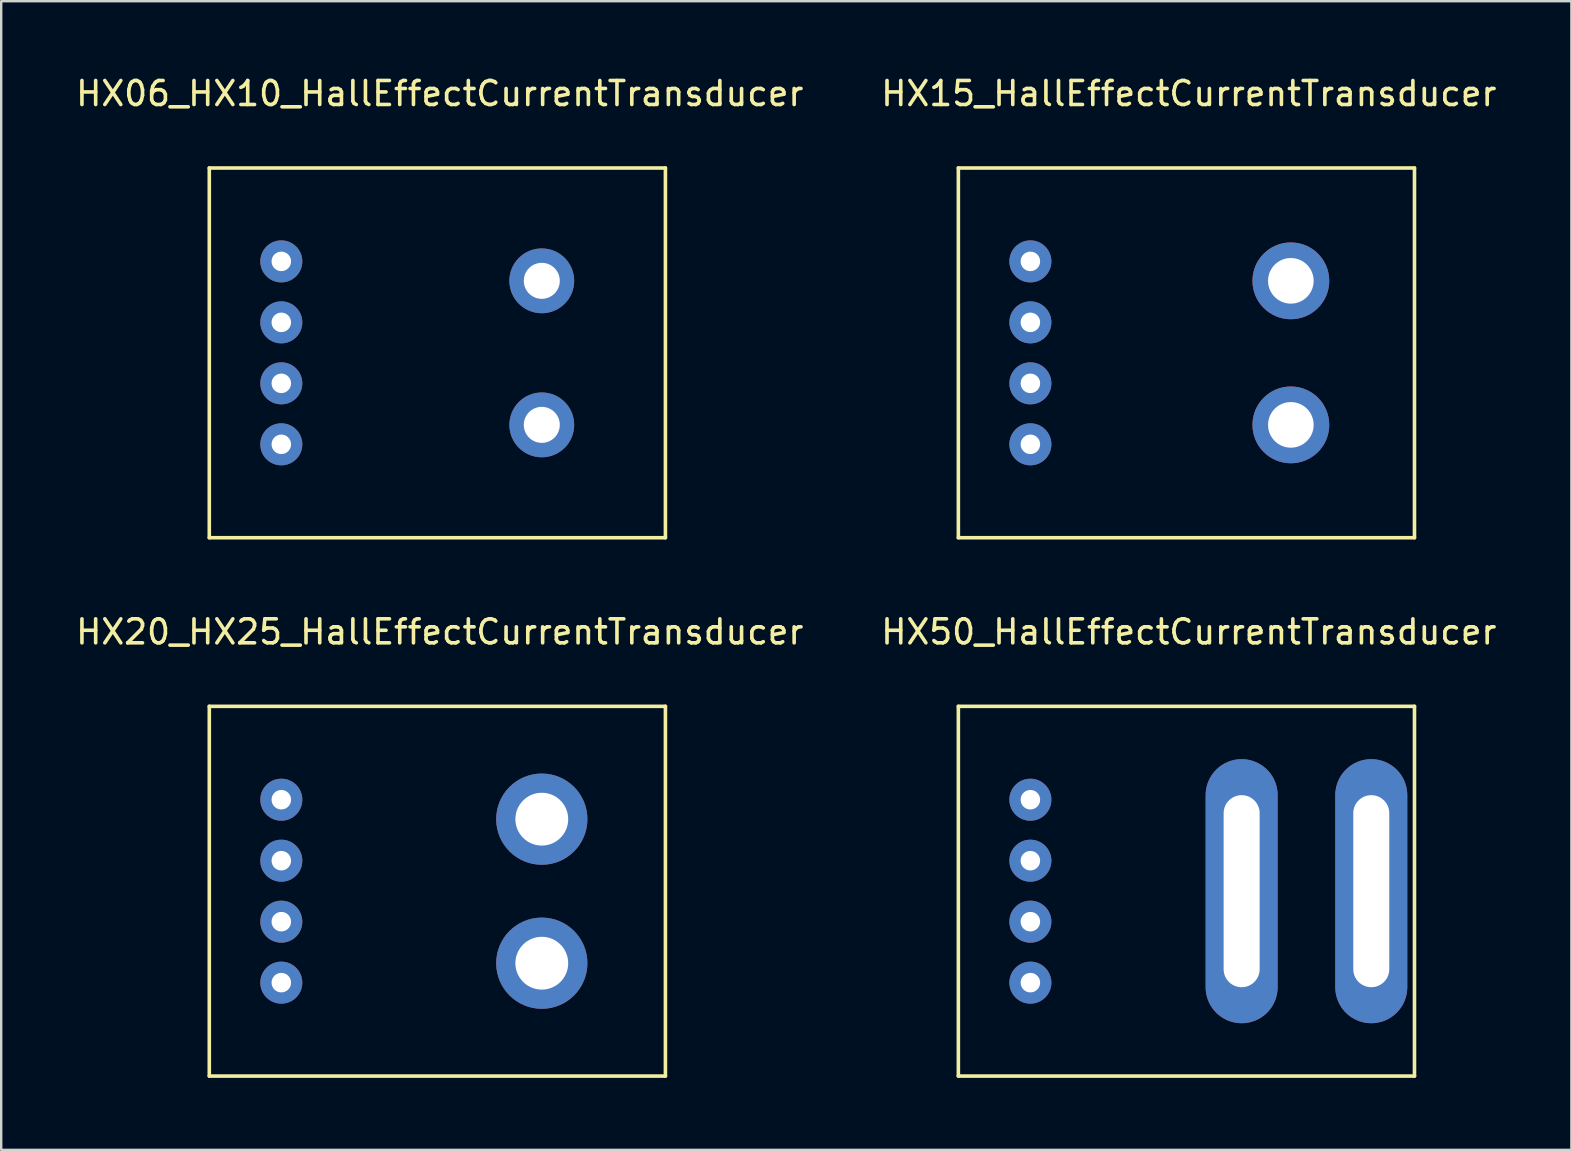
<source format=kicad_pcb>
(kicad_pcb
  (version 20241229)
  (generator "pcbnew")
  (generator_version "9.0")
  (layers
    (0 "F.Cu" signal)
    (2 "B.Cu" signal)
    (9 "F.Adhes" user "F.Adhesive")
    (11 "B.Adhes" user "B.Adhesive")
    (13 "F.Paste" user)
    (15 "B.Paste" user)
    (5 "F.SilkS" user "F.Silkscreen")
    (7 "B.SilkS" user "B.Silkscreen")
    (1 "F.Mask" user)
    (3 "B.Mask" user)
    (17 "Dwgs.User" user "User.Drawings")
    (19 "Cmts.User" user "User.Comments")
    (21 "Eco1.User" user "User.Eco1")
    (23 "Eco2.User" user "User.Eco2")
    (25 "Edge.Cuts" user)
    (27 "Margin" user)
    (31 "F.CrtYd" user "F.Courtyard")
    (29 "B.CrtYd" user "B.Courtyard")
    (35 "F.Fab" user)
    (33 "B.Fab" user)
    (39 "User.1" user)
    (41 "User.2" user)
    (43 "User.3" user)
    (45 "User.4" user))
  (footprint "HX20_HX25_HallEffectCurrentTransducer"
    (layer "F.Cu")
    (at 15.168 34.072)
    (property "Reference" "HX20_HX25_HallEffectCurrentTransducer" (at 0.1 -10.8 0) (layer "F.SilkS") (effects (font (size 1 1) (thickness 0.15))))
    (attr through_hole)
    (fp_line (start -9.5 -7.7) (end -9.5 7.7) (stroke (width 0.15) (type solid)) (layer "F.SilkS"))
    (fp_line (start -9.5 7.7) (end 9.5 7.7) (stroke (width 0.15) (type solid)) (layer "F.SilkS"))
    (fp_line (start 9.5 -7.7) (end -9.5 -7.7) (stroke (width 0.15) (type solid)) (layer "F.SilkS"))
    (fp_line (start 9.5 7.7) (end 9.5 -7.7) (stroke (width 0.15) (type solid)) (layer "F.SilkS"))
    (pad "1" thru_hole circle (at -6.5 -3.81) (size 1.75 1.75) (drill 0.813) (layers "*.Cu" "*.Mask"))
    (pad "2" thru_hole circle (at -6.5 -1.27) (size 1.75 1.75) (drill 0.813) (layers "*.Cu" "*.Mask"))
    (pad "3" thru_hole circle (at -6.5 1.27) (size 1.75 1.75) (drill 0.813) (layers "*.Cu" "*.Mask"))
    (pad "4" thru_hole circle (at -6.5 3.81) (size 1.75 1.75) (drill 0.813) (layers "*.Cu" "*.Mask"))
    (pad "5" thru_hole circle (at 4.35 -3) (size 3.8 3.8) (drill 2.2) (layers "*.Cu" "*.Mask"))
    (pad "6" thru_hole circle (at 4.35 3) (size 3.8 3.8) (drill 2.2) (layers "*.Cu" "*.Mask")))
  (footprint "HX15_HallEffectCurrentTransducer"
    (layer "F.Cu")
    (at 46.37 11.648)
    (property "Reference" "HX15_HallEffectCurrentTransducer" (at 0.1 -10.8 0) (layer "F.SilkS") (effects (font (size 1 1) (thickness 0.15))))
    (attr through_hole)
    (fp_line (start -9.5 -7.7) (end -9.5 7.7) (stroke (width 0.15) (type solid)) (layer "F.SilkS"))
    (fp_line (start -9.5 7.7) (end 9.5 7.7) (stroke (width 0.15) (type solid)) (layer "F.SilkS"))
    (fp_line (start 9.5 -7.7) (end -9.5 -7.7) (stroke (width 0.15) (type solid)) (layer "F.SilkS"))
    (fp_line (start 9.5 7.7) (end 9.5 -7.7) (stroke (width 0.15) (type solid)) (layer "F.SilkS"))
    (pad "1" thru_hole circle (at -6.5 -3.81) (size 1.75 1.75) (drill 0.813) (layers "*.Cu" "*.Mask"))
    (pad "2" thru_hole circle (at -6.5 -1.27) (size 1.75 1.75) (drill 0.813) (layers "*.Cu" "*.Mask"))
    (pad "3" thru_hole circle (at -6.5 1.27) (size 1.75 1.75) (drill 0.813) (layers "*.Cu" "*.Mask"))
    (pad "4" thru_hole circle (at -6.5 3.81) (size 1.75 1.75) (drill 0.813) (layers "*.Cu" "*.Mask"))
    (pad "5" thru_hole circle (at 4.35 -3) (size 3.2 3.2) (drill 1.9) (layers "*.Cu" "*.Mask"))
    (pad "6" thru_hole circle (at 4.35 3) (size 3.2 3.2) (drill 1.9) (layers "*.Cu" "*.Mask")))
  (footprint "HX50_HallEffectCurrentTransducer"
    (layer "F.Cu")
    (at 46.37 34.072)
    (property "Reference" "HX50_HallEffectCurrentTransducer" (at 0.1 -10.8 0) (layer "F.SilkS") (effects (font (size 1 1) (thickness 0.15))))
    (attr through_hole)
    (fp_line (start -9.5 -7.7) (end -9.5 7.7) (stroke (width 0.15) (type solid)) (layer "F.SilkS"))
    (fp_line (start -9.5 7.7) (end 9.5 7.7) (stroke (width 0.15) (type solid)) (layer "F.SilkS"))
    (fp_line (start 9.5 -7.7) (end -9.5 -7.7) (stroke (width 0.15) (type solid)) (layer "F.SilkS"))
    (fp_line (start 9.5 7.7) (end 9.5 -7.7) (stroke (width 0.15) (type solid)) (layer "F.SilkS"))
    (pad "1" thru_hole circle (at -6.5 -3.81) (size 1.75 1.75) (drill 0.813) (layers "*.Cu" "*.Mask"))
    (pad "2" thru_hole circle (at -6.5 -1.27) (size 1.75 1.75) (drill 0.813) (layers "*.Cu" "*.Mask"))
    (pad "3" thru_hole circle (at -6.5 1.27) (size 1.75 1.75) (drill 0.813) (layers "*.Cu" "*.Mask"))
    (pad "4" thru_hole circle (at -6.5 3.81) (size 1.75 1.75) (drill 0.813) (layers "*.Cu" "*.Mask"))
    (pad "5" thru_hole oval (at 7.7 0) (size 3 11) (drill oval 1.5 8) (layers "*.Cu" "*.Mask"))
    (pad "6" thru_hole oval (at 2.3 0) (size 3 11) (drill oval 1.5 8) (layers "*.Cu" "*.Mask")))
  (footprint "HX06_HX10_HallEffectCurrentTransducer"
    (layer "F.Cu")
    (at 15.168 11.648)
    (property "Reference" "HX06_HX10_HallEffectCurrentTransducer" (at 0.1 -10.8 0) (layer "F.SilkS") (effects (font (size 1 1) (thickness 0.15))))
    (attr through_hole)
    (fp_line (start -9.5 -7.7) (end -9.5 7.7) (stroke (width 0.15) (type solid)) (layer "F.SilkS"))
    (fp_line (start -9.5 7.7) (end 9.5 7.7) (stroke (width 0.15) (type solid)) (layer "F.SilkS"))
    (fp_line (start 9.5 -7.7) (end -9.5 -7.7) (stroke (width 0.15) (type solid)) (layer "F.SilkS"))
    (fp_line (start 9.5 7.7) (end 9.5 -7.7) (stroke (width 0.15) (type solid)) (layer "F.SilkS"))
    (pad "1" thru_hole circle (at -6.5 -3.81) (size 1.75 1.75) (drill 0.813) (layers "*.Cu" "*.Mask"))
    (pad "2" thru_hole circle (at -6.5 -1.27) (size 1.75 1.75) (drill 0.813) (layers "*.Cu" "*.Mask"))
    (pad "3" thru_hole circle (at -6.5 1.27) (size 1.75 1.75) (drill 0.813) (layers "*.Cu" "*.Mask"))
    (pad "4" thru_hole circle (at -6.5 3.81) (size 1.75 1.75) (drill 0.813) (layers "*.Cu" "*.Mask"))
    (pad "5" thru_hole circle (at 4.35 -3) (size 2.7 2.7) (drill 1.5) (layers "*.Cu" "*.Mask"))
    (pad "6" thru_hole circle (at 4.35 3) (size 2.7 2.7) (drill 1.5) (layers "*.Cu" "*.Mask")))
  (gr_rect
    (start -3 -3)
    (end 62.405 44.846)
    (stroke (width 0.1) (type default))
    (fill no)
    (layer "Edge.Cuts")))
</source>
